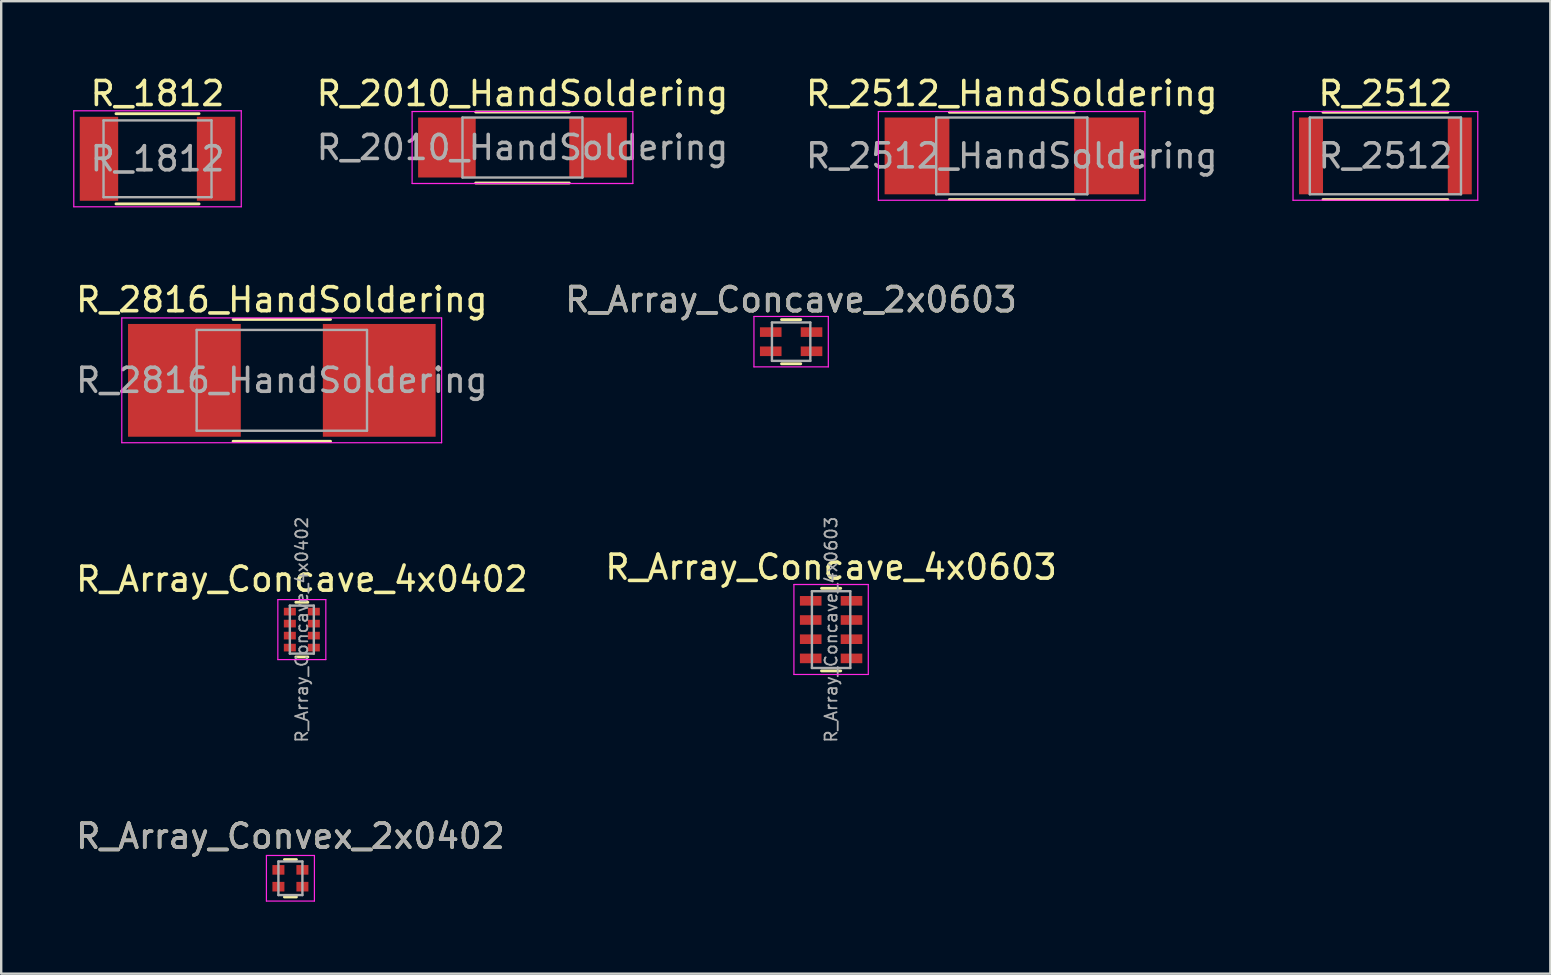
<source format=kicad_pcb>
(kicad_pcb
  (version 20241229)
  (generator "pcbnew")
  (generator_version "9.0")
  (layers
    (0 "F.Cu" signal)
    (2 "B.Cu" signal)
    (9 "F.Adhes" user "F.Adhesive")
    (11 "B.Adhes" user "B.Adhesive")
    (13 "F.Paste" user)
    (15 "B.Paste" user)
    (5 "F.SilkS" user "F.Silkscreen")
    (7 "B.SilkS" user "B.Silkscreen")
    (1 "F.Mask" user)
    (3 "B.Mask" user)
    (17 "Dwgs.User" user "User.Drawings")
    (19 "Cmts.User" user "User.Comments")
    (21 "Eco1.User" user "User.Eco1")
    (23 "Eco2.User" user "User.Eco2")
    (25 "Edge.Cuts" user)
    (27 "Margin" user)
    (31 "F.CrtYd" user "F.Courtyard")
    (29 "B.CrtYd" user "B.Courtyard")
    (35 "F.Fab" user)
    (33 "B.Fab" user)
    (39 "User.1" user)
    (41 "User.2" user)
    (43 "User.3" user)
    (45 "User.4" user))
  (footprint "R_Array_Concave_4x0603"
    (layer "F.Cu")
    (at 31.589 23.191)
    (property "Reference" "R_Array_Concave_4x0603" (at 0 -2.6 0) (layer "F.SilkS") (effects (font (size 1 1) (thickness 0.15))))
    (attr smd)
    (fp_line (start 0.4 -1.72) (end -0.4 -1.72) (stroke (width 0.12) (type solid)) (layer "F.SilkS"))
    (fp_line (start 0.4 1.72) (end -0.4 1.72) (stroke (width 0.12) (type solid)) (layer "F.SilkS"))
    (fp_line (start -1.55 -1.88) (end -1.55 1.87) (stroke (width 0.05) (type solid)) (layer "F.CrtYd"))
    (fp_line (start -1.55 -1.88) (end 1.55 -1.88) (stroke (width 0.05) (type solid)) (layer "F.CrtYd"))
    (fp_line (start 1.55 1.87) (end -1.55 1.87) (stroke (width 0.05) (type solid)) (layer "F.CrtYd"))
    (fp_line (start 1.55 1.87) (end 1.55 -1.88) (stroke (width 0.05) (type solid)) (layer "F.CrtYd"))
    (fp_line (start -0.8 -1.6) (end 0.8 -1.6) (stroke (width 0.1) (type solid)) (layer "F.Fab"))
    (fp_line (start -0.8 1.6) (end -0.8 -1.6) (stroke (width 0.1) (type solid)) (layer "F.Fab"))
    (fp_line (start 0.8 -1.6) (end 0.8 1.6) (stroke (width 0.1) (type solid)) (layer "F.Fab"))
    (fp_line (start 0.8 1.6) (end -0.8 1.6) (stroke (width 0.1) (type solid)) (layer "F.Fab"))
    (fp_text user "${REFERENCE}" (at 0 0 90) (layer "F.Fab") (effects (font (size 0.5 0.5) (thickness 0.075))))
    (pad "1" smd rect (at -0.85 -1.2) (size 0.9 0.4) (layers "F.Cu" "F.Mask" "F.Paste"))
    (pad "2" smd rect (at -0.85 -0.4) (size 0.9 0.4) (layers "F.Cu" "F.Mask" "F.Paste"))
    (pad "3" smd rect (at -0.85 0.4) (size 0.9 0.4) (layers "F.Cu" "F.Mask" "F.Paste"))
    (pad "4" smd rect (at -0.85 1.2) (size 0.9 0.4) (layers "F.Cu" "F.Mask" "F.Paste"))
    (pad "5" smd rect (at 0.85 1.2) (size 0.9 0.4) (layers "F.Cu" "F.Mask" "F.Paste"))
    (pad "6" smd rect (at 0.85 0.4) (size 0.9 0.4) (layers "F.Cu" "F.Mask" "F.Paste"))
    (pad "7" smd rect (at 0.85 -0.4) (size 0.9 0.4) (layers "F.Cu" "F.Mask" "F.Paste"))
    (pad "8" smd rect (at 0.85 -1.2) (size 0.9 0.4) (layers "F.Cu" "F.Mask" "F.Paste")))
  (footprint "R_Array_Concave_4x0402"
    (layer "F.Cu")
    (at 9.53 23.191)
    (property "Reference" "R_Array_Concave_4x0402" (at 0 -2.1 0) (layer "F.SilkS") (effects (font (size 1 1) (thickness 0.15))))
    (attr smd)
    (fp_line (start 0.25 -1.14) (end -0.25 -1.14) (stroke (width 0.12) (type solid)) (layer "F.SilkS"))
    (fp_line (start 0.25 1.14) (end -0.25 1.14) (stroke (width 0.12) (type solid)) (layer "F.SilkS"))
    (fp_line (start -1 -1.25) (end -1 1.25) (stroke (width 0.05) (type solid)) (layer "F.CrtYd"))
    (fp_line (start -1 -1.25) (end 1 -1.25) (stroke (width 0.05) (type solid)) (layer "F.CrtYd"))
    (fp_line (start 1 1.25) (end -1 1.25) (stroke (width 0.05) (type solid)) (layer "F.CrtYd"))
    (fp_line (start 1 1.25) (end 1 -1.25) (stroke (width 0.05) (type solid)) (layer "F.CrtYd"))
    (fp_line (start -0.5 -1) (end 0.5 -1) (stroke (width 0.1) (type solid)) (layer "F.Fab"))
    (fp_line (start -0.5 1) (end -0.5 -1) (stroke (width 0.1) (type solid)) (layer "F.Fab"))
    (fp_line (start 0.5 -1) (end 0.5 1) (stroke (width 0.1) (type solid)) (layer "F.Fab"))
    (fp_line (start 0.5 1) (end -0.5 1) (stroke (width 0.1) (type solid)) (layer "F.Fab"))
    (fp_text user "${REFERENCE}" (at 0 0 90) (layer "F.Fab") (effects (font (size 0.5 0.5) (thickness 0.075))))
    (pad "1" smd rect (at -0.5 -0.75) (size 0.5 0.32) (layers "F.Cu" "F.Mask" "F.Paste"))
    (pad "2" smd rect (at -0.5 -0.25) (size 0.5 0.32) (layers "F.Cu" "F.Mask" "F.Paste"))
    (pad "3" smd rect (at -0.5 0.25) (size 0.5 0.32) (layers "F.Cu" "F.Mask" "F.Paste"))
    (pad "4" smd rect (at -0.5 0.75) (size 0.5 0.32) (layers "F.Cu" "F.Mask" "F.Paste"))
    (pad "5" smd rect (at 0.5 0.75) (size 0.5 0.32) (layers "F.Cu" "F.Mask" "F.Paste"))
    (pad "6" smd rect (at 0.5 0.25) (size 0.5 0.32) (layers "F.Cu" "F.Mask" "F.Paste"))
    (pad "7" smd rect (at 0.5 -0.25) (size 0.5 0.32) (layers "F.Cu" "F.Mask" "F.Paste"))
    (pad "8" smd rect (at 0.5 -0.75) (size 0.5 0.32) (layers "F.Cu" "F.Mask" "F.Paste")))
  (footprint "R_2512"
    (layer "F.Cu")
    (at 54.691 3.448)
    (property "Reference" "R_2512" (at 0 -2.6 0) (layer "F.SilkS") (effects (font (size 1 1) (thickness 0.15))))
    (attr smd)
    (fp_line (start -2.6 -1.82) (end 2.6 -1.82) (stroke (width 0.12) (type solid)) (layer "F.SilkS"))
    (fp_line (start 2.6 1.82) (end -2.6 1.82) (stroke (width 0.12) (type solid)) (layer "F.SilkS"))
    (fp_line (start -3.85 -1.85) (end -3.85 1.85) (stroke (width 0.05) (type solid)) (layer "F.CrtYd"))
    (fp_line (start -3.85 -1.85) (end 3.85 -1.85) (stroke (width 0.05) (type solid)) (layer "F.CrtYd"))
    (fp_line (start 3.85 1.85) (end -3.85 1.85) (stroke (width 0.05) (type solid)) (layer "F.CrtYd"))
    (fp_line (start 3.85 1.85) (end 3.85 -1.85) (stroke (width 0.05) (type solid)) (layer "F.CrtYd"))
    (fp_line (start -3.15 -1.6) (end 3.15 -1.6) (stroke (width 0.1) (type solid)) (layer "F.Fab"))
    (fp_line (start -3.15 1.6) (end -3.15 -1.6) (stroke (width 0.1) (type solid)) (layer "F.Fab"))
    (fp_line (start 3.15 -1.6) (end 3.15 1.6) (stroke (width 0.1) (type solid)) (layer "F.Fab"))
    (fp_line (start 3.15 1.6) (end -3.15 1.6) (stroke (width 0.1) (type solid)) (layer "F.Fab"))
    (fp_text user "${REFERENCE}" (at 0 0 0) (layer "F.Fab") (effects (font (size 1 1) (thickness 0.15))))
    (pad "1" smd rect (at -3.1 0) (size 1 3.2) (layers "F.Cu" "F.Mask" "F.Paste"))
    (pad "2" smd rect (at 3.1 0) (size 1 3.2) (layers "F.Cu" "F.Mask" "F.Paste")))
  (footprint "R_2010_HandSoldering"
    (layer "F.Cu")
    (at 18.726 3.098)
    (property "Reference" "R_2010_HandSoldering" (at 0 -2.25 0) (layer "F.SilkS") (effects (font (size 1 1) (thickness 0.15))))
    (attr smd)
    (fp_line (start -1.95 -1.48) (end 1.95 -1.48) (stroke (width 0.12) (type solid)) (layer "F.SilkS"))
    (fp_line (start 1.95 1.48) (end -1.95 1.48) (stroke (width 0.12) (type solid)) (layer "F.SilkS"))
    (fp_line (start -4.6 -1.5) (end -4.6 1.5) (stroke (width 0.05) (type solid)) (layer "F.CrtYd"))
    (fp_line (start -4.6 -1.5) (end 4.6 -1.5) (stroke (width 0.05) (type solid)) (layer "F.CrtYd"))
    (fp_line (start 4.6 1.5) (end -4.6 1.5) (stroke (width 0.05) (type solid)) (layer "F.CrtYd"))
    (fp_line (start 4.6 1.5) (end 4.6 -1.5) (stroke (width 0.05) (type solid)) (layer "F.CrtYd"))
    (fp_line (start -2.5 -1.25) (end 2.5 -1.25) (stroke (width 0.1) (type solid)) (layer "F.Fab"))
    (fp_line (start -2.5 1.25) (end -2.5 -1.25) (stroke (width 0.1) (type solid)) (layer "F.Fab"))
    (fp_line (start 2.5 -1.25) (end 2.5 1.25) (stroke (width 0.1) (type solid)) (layer "F.Fab"))
    (fp_line (start 2.5 1.25) (end -2.5 1.25) (stroke (width 0.1) (type solid)) (layer "F.Fab"))
    (fp_text user "${REFERENCE}" (at 0 0 0) (layer "F.Fab") (effects (font (size 1 1) (thickness 0.15))))
    (pad "1" smd rect (at -3.15 0) (size 2.4 2.5) (layers "F.Cu" "F.Mask" "F.Paste"))
    (pad "2" smd rect (at 3.15 0) (size 2.4 2.5) (layers "F.Cu" "F.Mask" "F.Paste")))
  (footprint "R_1812"
    (layer "F.Cu")
    (at 3.515 3.568)
    (property "Reference" "R_1812" (at 0 -2.72 0) (layer "F.SilkS") (effects (font (size 1 1) (thickness 0.15))))
    (attr smd)
    (fp_line (start -1.73 -1.88) (end 1.73 -1.88) (stroke (width 0.12) (type solid)) (layer "F.SilkS"))
    (fp_line (start -1.73 1.88) (end 1.73 1.88) (stroke (width 0.12) (type solid)) (layer "F.SilkS"))
    (fp_line (start -3.49 -2) (end -3.49 2) (stroke (width 0.05) (type solid)) (layer "F.CrtYd"))
    (fp_line (start -3.49 -2) (end 3.49 -2) (stroke (width 0.05) (type solid)) (layer "F.CrtYd"))
    (fp_line (start 3.49 2) (end -3.49 2) (stroke (width 0.05) (type solid)) (layer "F.CrtYd"))
    (fp_line (start 3.49 2) (end 3.49 -2) (stroke (width 0.05) (type solid)) (layer "F.CrtYd"))
    (fp_line (start -2.25 -1.6) (end 2.25 -1.6) (stroke (width 0.1) (type solid)) (layer "F.Fab"))
    (fp_line (start -2.25 1.6) (end -2.25 -1.6) (stroke (width 0.1) (type solid)) (layer "F.Fab"))
    (fp_line (start 2.25 -1.6) (end 2.25 1.6) (stroke (width 0.1) (type solid)) (layer "F.Fab"))
    (fp_line (start 2.25 1.6) (end -2.25 1.6) (stroke (width 0.1) (type solid)) (layer "F.Fab"))
    (fp_text user "${REFERENCE}" (at 0 0 0) (layer "F.Fab") (effects (font (size 1 1) (thickness 0.15))))
    (pad "1" smd rect (at -2.44 0) (size 1.6 3.5) (layers "F.Cu" "F.Mask" "F.Paste"))
    (pad "2" smd rect (at 2.44 0) (size 1.6 3.5) (layers "F.Cu" "F.Mask" "F.Paste")))
  (footprint "R_2512_HandSoldering"
    (layer "F.Cu")
    (at 39.119 3.448)
    (property "Reference" "R_2512_HandSoldering" (at 0 -2.6 0) (layer "F.SilkS") (effects (font (size 1 1) (thickness 0.15))))
    (attr smd)
    (fp_line (start -2.6 -1.82) (end 2.6 -1.82) (stroke (width 0.12) (type solid)) (layer "F.SilkS"))
    (fp_line (start 2.6 1.82) (end -2.6 1.82) (stroke (width 0.12) (type solid)) (layer "F.SilkS"))
    (fp_line (start -5.56 -1.85) (end -5.56 1.85) (stroke (width 0.05) (type solid)) (layer "F.CrtYd"))
    (fp_line (start -5.56 -1.85) (end 5.55 -1.85) (stroke (width 0.05) (type solid)) (layer "F.CrtYd"))
    (fp_line (start 5.55 1.85) (end -5.56 1.85) (stroke (width 0.05) (type solid)) (layer "F.CrtYd"))
    (fp_line (start 5.55 1.85) (end 5.55 -1.85) (stroke (width 0.05) (type solid)) (layer "F.CrtYd"))
    (fp_line (start -3.15 -1.6) (end 3.15 -1.6) (stroke (width 0.1) (type solid)) (layer "F.Fab"))
    (fp_line (start -3.15 1.6) (end -3.15 -1.6) (stroke (width 0.1) (type solid)) (layer "F.Fab"))
    (fp_line (start 3.15 -1.6) (end 3.15 1.6) (stroke (width 0.1) (type solid)) (layer "F.Fab"))
    (fp_line (start 3.15 1.6) (end -3.15 1.6) (stroke (width 0.1) (type solid)) (layer "F.Fab"))
    (fp_text user "${REFERENCE}" (at 0 0 0) (layer "F.Fab") (effects (font (size 1 1) (thickness 0.15))))
    (pad "1" smd rect (at -3.95 0) (size 2.7 3.2) (layers "F.Cu" "F.Mask" "F.Paste"))
    (pad "2" smd rect (at 3.95 0) (size 2.7 3.2) (layers "F.Cu" "F.Mask" "F.Paste")))
  (footprint "R_Array_Concave_2x0603"
    (layer "F.Cu")
    (at 29.923 11.191)
    (property "Reference" "R_Array_Concave_2x0603" (at 0 -1.75 0) (layer "F.SilkS") (effects (font (size 1 1) (thickness 0.15))))
    (attr smd)
    (fp_line (start 0.4 -0.92) (end -0.4 -0.92) (stroke (width 0.12) (type solid)) (layer "F.SilkS"))
    (fp_line (start 0.4 0.92) (end -0.4 0.92) (stroke (width 0.12) (type solid)) (layer "F.SilkS"))
    (fp_line (start -1.55 -1.05) (end -1.55 1.05) (stroke (width 0.05) (type solid)) (layer "F.CrtYd"))
    (fp_line (start -1.55 -1.05) (end 1.55 -1.05) (stroke (width 0.05) (type solid)) (layer "F.CrtYd"))
    (fp_line (start 1.55 1.05) (end -1.55 1.05) (stroke (width 0.05) (type solid)) (layer "F.CrtYd"))
    (fp_line (start 1.55 1.05) (end 1.55 -1.05) (stroke (width 0.05) (type solid)) (layer "F.CrtYd"))
    (fp_line (start -0.8 -0.8) (end 0.8 -0.8) (stroke (width 0.1) (type solid)) (layer "F.Fab"))
    (fp_line (start -0.8 0.8) (end -0.8 -0.8) (stroke (width 0.1) (type solid)) (layer "F.Fab"))
    (fp_line (start 0.8 -0.8) (end 0.8 0.8) (stroke (width 0.1) (type solid)) (layer "F.Fab"))
    (fp_line (start 0.8 0.8) (end -0.8 0.8) (stroke (width 0.1) (type solid)) (layer "F.Fab"))
    (fp_text user "${REFERENCE}" (at 0 -1.75 0) (layer "F.Fab") (effects (font (size 1 1) (thickness 0.15))))
    (pad "1" smd rect (at -0.85 -0.4) (size 0.9 0.4) (layers "F.Cu" "F.Mask" "F.Paste"))
    (pad "2" smd rect (at -0.85 0.4) (size 0.9 0.4) (layers "F.Cu" "F.Mask" "F.Paste"))
    (pad "3" smd rect (at 0.85 0.4) (size 0.9 0.4) (layers "F.Cu" "F.Mask" "F.Paste"))
    (pad "4" smd rect (at 0.85 -0.4) (size 0.9 0.4) (layers "F.Cu" "F.Mask" "F.Paste")))
  (footprint "R_Array_Convex_2x0402"
    (layer "F.Cu")
    (at 9.054 33.555)
    (property "Reference" "R_Array_Convex_2x0402" (at 0 -1.75 0) (layer "F.SilkS") (effects (font (size 1 1) (thickness 0.15))))
    (attr smd)
    (fp_line (start 0.25 -0.78) (end -0.25 -0.78) (stroke (width 0.12) (type solid)) (layer "F.SilkS"))
    (fp_line (start 0.25 0.78) (end -0.25 0.78) (stroke (width 0.12) (type solid)) (layer "F.SilkS"))
    (fp_line (start -1 -0.95) (end -1 0.95) (stroke (width 0.05) (type solid)) (layer "F.CrtYd"))
    (fp_line (start -1 -0.95) (end 1 -0.95) (stroke (width 0.05) (type solid)) (layer "F.CrtYd"))
    (fp_line (start 1 0.95) (end -1 0.95) (stroke (width 0.05) (type solid)) (layer "F.CrtYd"))
    (fp_line (start 1 0.95) (end 1 -0.95) (stroke (width 0.05) (type solid)) (layer "F.CrtYd"))
    (fp_line (start -0.5 -0.7) (end -0.5 0.7) (stroke (width 0.1) (type solid)) (layer "F.Fab"))
    (fp_line (start -0.5 0.7) (end 0.5 0.7) (stroke (width 0.1) (type solid)) (layer "F.Fab"))
    (fp_line (start 0.5 -0.7) (end -0.5 -0.7) (stroke (width 0.1) (type solid)) (layer "F.Fab"))
    (fp_line (start 0.5 0.7) (end 0.5 -0.7) (stroke (width 0.1) (type solid)) (layer "F.Fab"))
    (fp_text user "${REFERENCE}" (at 0 -1.75 0) (layer "F.Fab") (effects (font (size 1 1) (thickness 0.15))))
    (pad "1" smd rect (at -0.5 -0.35) (size 0.5 0.4) (layers "F.Cu" "F.Mask" "F.Paste"))
    (pad "2" smd rect (at -0.5 0.35) (size 0.5 0.4) (layers "F.Cu" "F.Mask" "F.Paste"))
    (pad "3" smd rect (at 0.5 0.35) (size 0.5 0.4) (layers "F.Cu" "F.Mask" "F.Paste"))
    (pad "4" smd rect (at 0.5 -0.35) (size 0.5 0.4) (layers "F.Cu" "F.Mask" "F.Paste")))
  (footprint "R_2816_HandSoldering"
    (layer "F.Cu")
    (at 8.696 12.802)
    (property "Reference" "R_2816_HandSoldering" (at 0 -3.36 0) (layer "F.SilkS") (effects (font (size 1 1) (thickness 0.15))))
    (attr smd)
    (fp_line (start -2.03 -2.54) (end 2.03 -2.54) (stroke (width 0.12) (type solid)) (layer "F.SilkS"))
    (fp_line (start -2.03 2.54) (end 2.03 2.54) (stroke (width 0.12) (type solid)) (layer "F.SilkS"))
    (fp_line (start -6.67 -2.6) (end -6.67 2.6) (stroke (width 0.05) (type solid)) (layer "F.CrtYd"))
    (fp_line (start -6.67 -2.6) (end 6.66 -2.6) (stroke (width 0.05) (type solid)) (layer "F.CrtYd"))
    (fp_line (start 6.66 2.6) (end -6.67 2.6) (stroke (width 0.05) (type solid)) (layer "F.CrtYd"))
    (fp_line (start 6.66 2.6) (end 6.66 -2.6) (stroke (width 0.05) (type solid)) (layer "F.CrtYd"))
    (fp_line (start -3.55 -2.1) (end 3.55 -2.1) (stroke (width 0.1) (type solid)) (layer "F.Fab"))
    (fp_line (start -3.55 2.1) (end -3.55 -2.1) (stroke (width 0.1) (type solid)) (layer "F.Fab"))
    (fp_line (start 3.55 -2.1) (end 3.55 2.1) (stroke (width 0.1) (type solid)) (layer "F.Fab"))
    (fp_line (start 3.55 2.1) (end -3.55 2.1) (stroke (width 0.1) (type solid)) (layer "F.Fab"))
    (fp_text user "${REFERENCE}" (at 0 0 0) (layer "F.Fab") (effects (font (size 1 1) (thickness 0.15))))
    (pad "1" smd rect (at -4.06 0) (size 4.7 4.7) (layers "F.Cu" "F.Mask" "F.Paste"))
    (pad "2" smd rect (at 4.06 0) (size 4.7 4.7) (layers "F.Cu" "F.Mask" "F.Paste")))
  (gr_rect
    (start -3 -3)
    (end 61.566 37.53)
    (stroke (width 0.1) (type default))
    (fill no)
    (layer "Edge.Cuts")))
</source>
